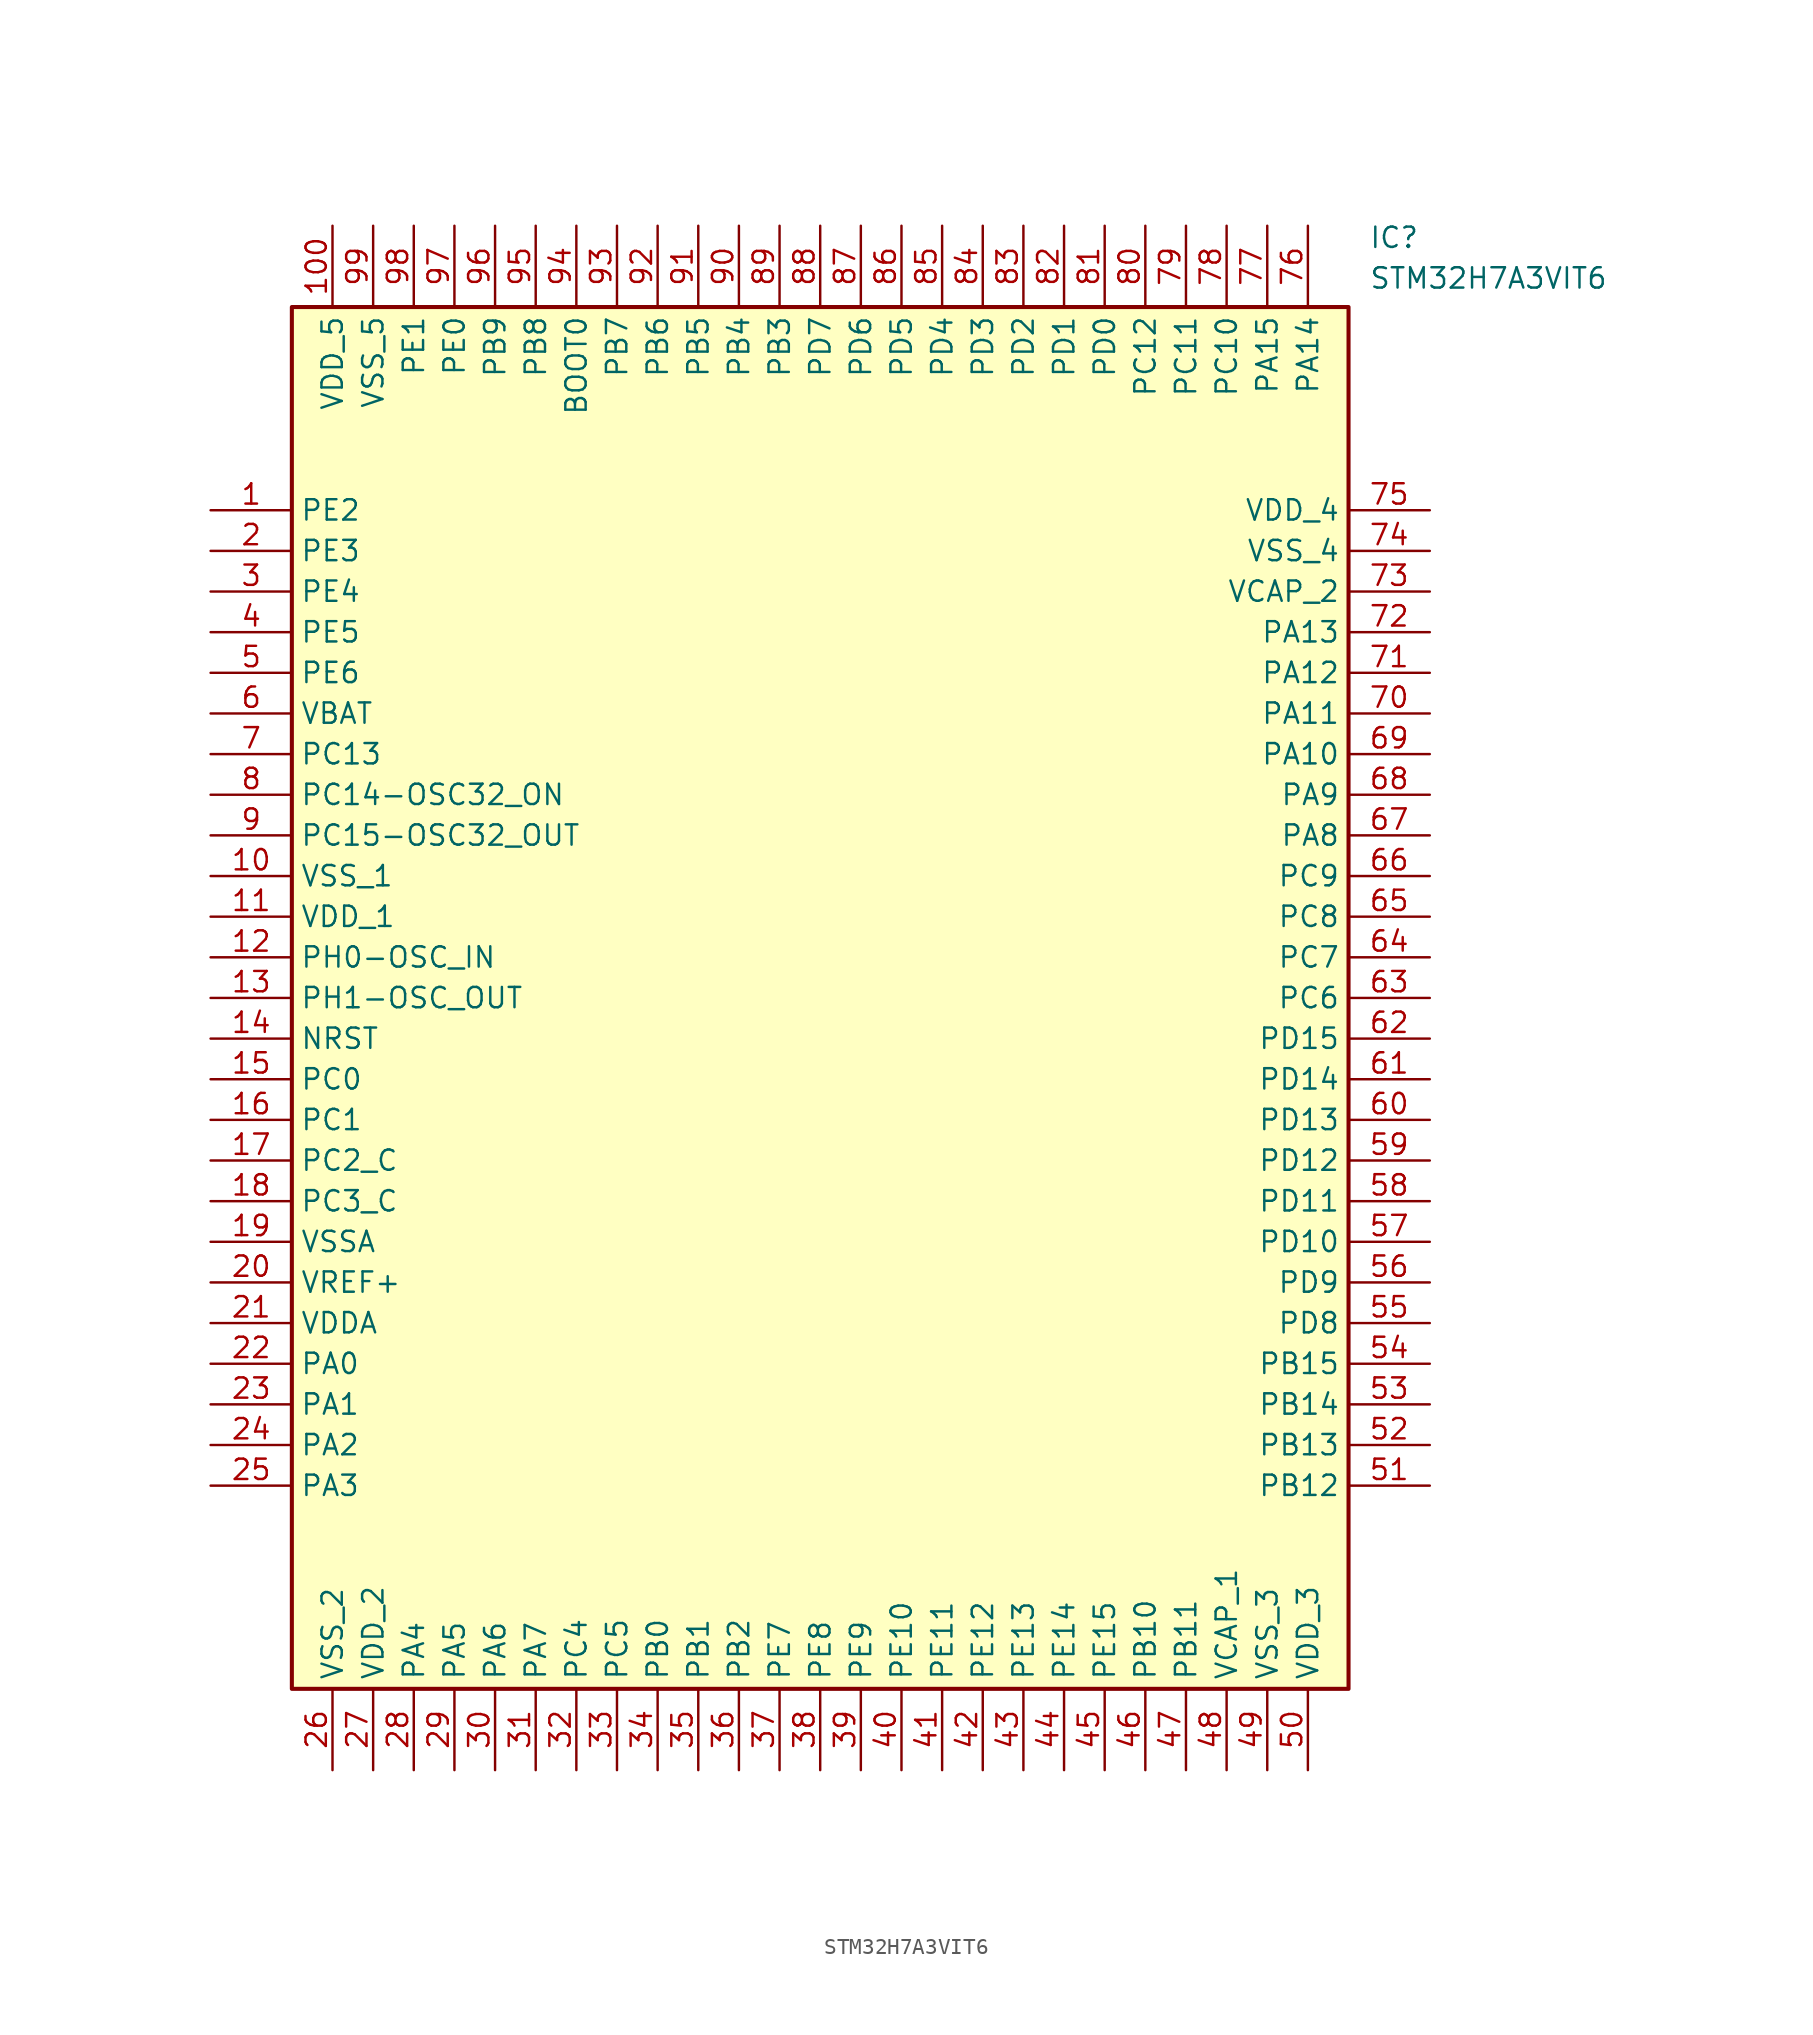
<source format=kicad_sym>
(kicad_symbol_lib
  (version 20231120)
  (generator "kicad_symbol_editor")
  (generator_version "8.0")
  (symbol "STM32H7A3VIT6"
    (property "Reference" "IC"
      (at 72.39 17.78 0)
      (effects (font (size 1.27 1.27)) (justify left top)))
    (property "Value" "STM32H7A3VIT6"
      (at 72.39 15.24 0)
      (effects (font (size 1.27 1.27)) (justify left top)))
    (symbol "STM32H7A3VIT6_1_1"
      (rectangle (start 5.08 12.7) (end 71.12 -73.66) (stroke (width 0.254) (type default)) (fill (type background)))
      (pin passive line (at 0 0 0) (length 5.08) (name "PE2" (effects (font (size 1.27 1.27)))) (number "1" (effects (font (size 1.27 1.27)))))
      (pin passive line (at 0 -22.86 0) (length 5.08) (name "VSS_1" (effects (font (size 1.27 1.27)))) (number "10" (effects (font (size 1.27 1.27)))))
      (pin passive line (at 7.62 17.78 270) (length 5.08) (name "VDD_5" (effects (font (size 1.27 1.27)))) (number "100" (effects (font (size 1.27 1.27)))))
      (pin passive line (at 0 -25.4 0) (length 5.08) (name "VDD_1" (effects (font (size 1.27 1.27)))) (number "11" (effects (font (size 1.27 1.27)))))
      (pin passive line (at 0 -27.94 0) (length 5.08) (name "PH0-OSC_IN" (effects (font (size 1.27 1.27)))) (number "12" (effects (font (size 1.27 1.27)))))
      (pin passive line (at 0 -30.48 0) (length 5.08) (name "PH1-OSC_OUT" (effects (font (size 1.27 1.27)))) (number "13" (effects (font (size 1.27 1.27)))))
      (pin passive line (at 0 -33.02 0) (length 5.08) (name "NRST" (effects (font (size 1.27 1.27)))) (number "14" (effects (font (size 1.27 1.27)))))
      (pin passive line (at 0 -35.56 0) (length 5.08) (name "PC0" (effects (font (size 1.27 1.27)))) (number "15" (effects (font (size 1.27 1.27)))))
      (pin passive line (at 0 -38.1 0) (length 5.08) (name "PC1" (effects (font (size 1.27 1.27)))) (number "16" (effects (font (size 1.27 1.27)))))
      (pin passive line (at 0 -40.64 0) (length 5.08) (name "PC2_C" (effects (font (size 1.27 1.27)))) (number "17" (effects (font (size 1.27 1.27)))))
      (pin passive line (at 0 -43.18 0) (length 5.08) (name "PC3_C" (effects (font (size 1.27 1.27)))) (number "18" (effects (font (size 1.27 1.27)))))
      (pin passive line (at 0 -45.72 0) (length 5.08) (name "VSSA" (effects (font (size 1.27 1.27)))) (number "19" (effects (font (size 1.27 1.27)))))
      (pin passive line (at 0 -2.54 0) (length 5.08) (name "PE3" (effects (font (size 1.27 1.27)))) (number "2" (effects (font (size 1.27 1.27)))))
      (pin passive line (at 0 -48.26 0) (length 5.08) (name "VREF+" (effects (font (size 1.27 1.27)))) (number "20" (effects (font (size 1.27 1.27)))))
      (pin passive line (at 0 -50.8 0) (length 5.08) (name "VDDA" (effects (font (size 1.27 1.27)))) (number "21" (effects (font (size 1.27 1.27)))))
      (pin passive line (at 0 -53.34 0) (length 5.08) (name "PA0" (effects (font (size 1.27 1.27)))) (number "22" (effects (font (size 1.27 1.27)))))
      (pin passive line (at 0 -55.88 0) (length 5.08) (name "PA1" (effects (font (size 1.27 1.27)))) (number "23" (effects (font (size 1.27 1.27)))))
      (pin passive line (at 0 -58.42 0) (length 5.08) (name "PA2" (effects (font (size 1.27 1.27)))) (number "24" (effects (font (size 1.27 1.27)))))
      (pin passive line (at 0 -60.96 0) (length 5.08) (name "PA3" (effects (font (size 1.27 1.27)))) (number "25" (effects (font (size 1.27 1.27)))))
      (pin passive line (at 7.62 -78.74 90) (length 5.08) (name "VSS_2" (effects (font (size 1.27 1.27)))) (number "26" (effects (font (size 1.27 1.27)))))
      (pin passive line (at 10.16 -78.74 90) (length 5.08) (name "VDD_2" (effects (font (size 1.27 1.27)))) (number "27" (effects (font (size 1.27 1.27)))))
      (pin passive line (at 12.7 -78.74 90) (length 5.08) (name "PA4" (effects (font (size 1.27 1.27)))) (number "28" (effects (font (size 1.27 1.27)))))
      (pin passive line (at 15.24 -78.74 90) (length 5.08) (name "PA5" (effects (font (size 1.27 1.27)))) (number "29" (effects (font (size 1.27 1.27)))))
      (pin passive line (at 0 -5.08 0) (length 5.08) (name "PE4" (effects (font (size 1.27 1.27)))) (number "3" (effects (font (size 1.27 1.27)))))
      (pin passive line (at 17.78 -78.74 90) (length 5.08) (name "PA6" (effects (font (size 1.27 1.27)))) (number "30" (effects (font (size 1.27 1.27)))))
      (pin passive line (at 20.32 -78.74 90) (length 5.08) (name "PA7" (effects (font (size 1.27 1.27)))) (number "31" (effects (font (size 1.27 1.27)))))
      (pin passive line (at 22.86 -78.74 90) (length 5.08) (name "PC4" (effects (font (size 1.27 1.27)))) (number "32" (effects (font (size 1.27 1.27)))))
      (pin passive line (at 25.4 -78.74 90) (length 5.08) (name "PC5" (effects (font (size 1.27 1.27)))) (number "33" (effects (font (size 1.27 1.27)))))
      (pin passive line (at 27.94 -78.74 90) (length 5.08) (name "PB0" (effects (font (size 1.27 1.27)))) (number "34" (effects (font (size 1.27 1.27)))))
      (pin passive line (at 30.48 -78.74 90) (length 5.08) (name "PB1" (effects (font (size 1.27 1.27)))) (number "35" (effects (font (size 1.27 1.27)))))
      (pin passive line (at 33.02 -78.74 90) (length 5.08) (name "PB2" (effects (font (size 1.27 1.27)))) (number "36" (effects (font (size 1.27 1.27)))))
      (pin passive line (at 35.56 -78.74 90) (length 5.08) (name "PE7" (effects (font (size 1.27 1.27)))) (number "37" (effects (font (size 1.27 1.27)))))
      (pin passive line (at 38.1 -78.74 90) (length 5.08) (name "PE8" (effects (font (size 1.27 1.27)))) (number "38" (effects (font (size 1.27 1.27)))))
      (pin passive line (at 40.64 -78.74 90) (length 5.08) (name "PE9" (effects (font (size 1.27 1.27)))) (number "39" (effects (font (size 1.27 1.27)))))
      (pin passive line (at 0 -7.62 0) (length 5.08) (name "PE5" (effects (font (size 1.27 1.27)))) (number "4" (effects (font (size 1.27 1.27)))))
      (pin passive line (at 43.18 -78.74 90) (length 5.08) (name "PE10" (effects (font (size 1.27 1.27)))) (number "40" (effects (font (size 1.27 1.27)))))
      (pin passive line (at 45.72 -78.74 90) (length 5.08) (name "PE11" (effects (font (size 1.27 1.27)))) (number "41" (effects (font (size 1.27 1.27)))))
      (pin passive line (at 48.26 -78.74 90) (length 5.08) (name "PE12" (effects (font (size 1.27 1.27)))) (number "42" (effects (font (size 1.27 1.27)))))
      (pin passive line (at 50.8 -78.74 90) (length 5.08) (name "PE13" (effects (font (size 1.27 1.27)))) (number "43" (effects (font (size 1.27 1.27)))))
      (pin passive line (at 53.34 -78.74 90) (length 5.08) (name "PE14" (effects (font (size 1.27 1.27)))) (number "44" (effects (font (size 1.27 1.27)))))
      (pin passive line (at 55.88 -78.74 90) (length 5.08) (name "PE15" (effects (font (size 1.27 1.27)))) (number "45" (effects (font (size 1.27 1.27)))))
      (pin passive line (at 58.42 -78.74 90) (length 5.08) (name "PB10" (effects (font (size 1.27 1.27)))) (number "46" (effects (font (size 1.27 1.27)))))
      (pin passive line (at 60.96 -78.74 90) (length 5.08) (name "PB11" (effects (font (size 1.27 1.27)))) (number "47" (effects (font (size 1.27 1.27)))))
      (pin passive line (at 63.5 -78.74 90) (length 5.08) (name "VCAP_1" (effects (font (size 1.27 1.27)))) (number "48" (effects (font (size 1.27 1.27)))))
      (pin passive line (at 66.04 -78.74 90) (length 5.08) (name "VSS_3" (effects (font (size 1.27 1.27)))) (number "49" (effects (font (size 1.27 1.27)))))
      (pin passive line (at 0 -10.16 0) (length 5.08) (name "PE6" (effects (font (size 1.27 1.27)))) (number "5" (effects (font (size 1.27 1.27)))))
      (pin passive line (at 68.58 -78.74 90) (length 5.08) (name "VDD_3" (effects (font (size 1.27 1.27)))) (number "50" (effects (font (size 1.27 1.27)))))
      (pin passive line (at 76.2 -60.96 180) (length 5.08) (name "PB12" (effects (font (size 1.27 1.27)))) (number "51" (effects (font (size 1.27 1.27)))))
      (pin passive line (at 76.2 -58.42 180) (length 5.08) (name "PB13" (effects (font (size 1.27 1.27)))) (number "52" (effects (font (size 1.27 1.27)))))
      (pin passive line (at 76.2 -55.88 180) (length 5.08) (name "PB14" (effects (font (size 1.27 1.27)))) (number "53" (effects (font (size 1.27 1.27)))))
      (pin passive line (at 76.2 -53.34 180) (length 5.08) (name "PB15" (effects (font (size 1.27 1.27)))) (number "54" (effects (font (size 1.27 1.27)))))
      (pin passive line (at 76.2 -50.8 180) (length 5.08) (name "PD8" (effects (font (size 1.27 1.27)))) (number "55" (effects (font (size 1.27 1.27)))))
      (pin passive line (at 76.2 -48.26 180) (length 5.08) (name "PD9" (effects (font (size 1.27 1.27)))) (number "56" (effects (font (size 1.27 1.27)))))
      (pin passive line (at 76.2 -45.72 180) (length 5.08) (name "PD10" (effects (font (size 1.27 1.27)))) (number "57" (effects (font (size 1.27 1.27)))))
      (pin passive line (at 76.2 -43.18 180) (length 5.08) (name "PD11" (effects (font (size 1.27 1.27)))) (number "58" (effects (font (size 1.27 1.27)))))
      (pin passive line (at 76.2 -40.64 180) (length 5.08) (name "PD12" (effects (font (size 1.27 1.27)))) (number "59" (effects (font (size 1.27 1.27)))))
      (pin passive line (at 0 -12.7 0) (length 5.08) (name "VBAT" (effects (font (size 1.27 1.27)))) (number "6" (effects (font (size 1.27 1.27)))))
      (pin passive line (at 76.2 -38.1 180) (length 5.08) (name "PD13" (effects (font (size 1.27 1.27)))) (number "60" (effects (font (size 1.27 1.27)))))
      (pin passive line (at 76.2 -35.56 180) (length 5.08) (name "PD14" (effects (font (size 1.27 1.27)))) (number "61" (effects (font (size 1.27 1.27)))))
      (pin passive line (at 76.2 -33.02 180) (length 5.08) (name "PD15" (effects (font (size 1.27 1.27)))) (number "62" (effects (font (size 1.27 1.27)))))
      (pin passive line (at 76.2 -30.48 180) (length 5.08) (name "PC6" (effects (font (size 1.27 1.27)))) (number "63" (effects (font (size 1.27 1.27)))))
      (pin passive line (at 76.2 -27.94 180) (length 5.08) (name "PC7" (effects (font (size 1.27 1.27)))) (number "64" (effects (font (size 1.27 1.27)))))
      (pin passive line (at 76.2 -25.4 180) (length 5.08) (name "PC8" (effects (font (size 1.27 1.27)))) (number "65" (effects (font (size 1.27 1.27)))))
      (pin passive line (at 76.2 -22.86 180) (length 5.08) (name "PC9" (effects (font (size 1.27 1.27)))) (number "66" (effects (font (size 1.27 1.27)))))
      (pin passive line (at 76.2 -20.32 180) (length 5.08) (name "PA8" (effects (font (size 1.27 1.27)))) (number "67" (effects (font (size 1.27 1.27)))))
      (pin passive line (at 76.2 -17.78 180) (length 5.08) (name "PA9" (effects (font (size 1.27 1.27)))) (number "68" (effects (font (size 1.27 1.27)))))
      (pin passive line (at 76.2 -15.24 180) (length 5.08) (name "PA10" (effects (font (size 1.27 1.27)))) (number "69" (effects (font (size 1.27 1.27)))))
      (pin passive line (at 0 -15.24 0) (length 5.08) (name "PC13" (effects (font (size 1.27 1.27)))) (number "7" (effects (font (size 1.27 1.27)))))
      (pin passive line (at 76.2 -12.7 180) (length 5.08) (name "PA11" (effects (font (size 1.27 1.27)))) (number "70" (effects (font (size 1.27 1.27)))))
      (pin passive line (at 76.2 -10.16 180) (length 5.08) (name "PA12" (effects (font (size 1.27 1.27)))) (number "71" (effects (font (size 1.27 1.27)))))
      (pin passive line (at 76.2 -7.62 180) (length 5.08) (name "PA13" (effects (font (size 1.27 1.27)))) (number "72" (effects (font (size 1.27 1.27)))))
      (pin passive line (at 76.2 -5.08 180) (length 5.08) (name "VCAP_2" (effects (font (size 1.27 1.27)))) (number "73" (effects (font (size 1.27 1.27)))))
      (pin passive line (at 76.2 -2.54 180) (length 5.08) (name "VSS_4" (effects (font (size 1.27 1.27)))) (number "74" (effects (font (size 1.27 1.27)))))
      (pin passive line (at 76.2 0 180) (length 5.08) (name "VDD_4" (effects (font (size 1.27 1.27)))) (number "75" (effects (font (size 1.27 1.27)))))
      (pin passive line (at 68.58 17.78 270) (length 5.08) (name "PA14" (effects (font (size 1.27 1.27)))) (number "76" (effects (font (size 1.27 1.27)))))
      (pin passive line (at 66.04 17.78 270) (length 5.08) (name "PA15" (effects (font (size 1.27 1.27)))) (number "77" (effects (font (size 1.27 1.27)))))
      (pin passive line (at 63.5 17.78 270) (length 5.08) (name "PC10" (effects (font (size 1.27 1.27)))) (number "78" (effects (font (size 1.27 1.27)))))
      (pin passive line (at 60.96 17.78 270) (length 5.08) (name "PC11" (effects (font (size 1.27 1.27)))) (number "79" (effects (font (size 1.27 1.27)))))
      (pin passive line (at 0 -17.78 0) (length 5.08) (name "PC14-OSC32_ON" (effects (font (size 1.27 1.27)))) (number "8" (effects (font (size 1.27 1.27)))))
      (pin passive line (at 58.42 17.78 270) (length 5.08) (name "PC12" (effects (font (size 1.27 1.27)))) (number "80" (effects (font (size 1.27 1.27)))))
      (pin passive line (at 55.88 17.78 270) (length 5.08) (name "PD0" (effects (font (size 1.27 1.27)))) (number "81" (effects (font (size 1.27 1.27)))))
      (pin passive line (at 53.34 17.78 270) (length 5.08) (name "PD1" (effects (font (size 1.27 1.27)))) (number "82" (effects (font (size 1.27 1.27)))))
      (pin passive line (at 50.8 17.78 270) (length 5.08) (name "PD2" (effects (font (size 1.27 1.27)))) (number "83" (effects (font (size 1.27 1.27)))))
      (pin passive line (at 48.26 17.78 270) (length 5.08) (name "PD3" (effects (font (size 1.27 1.27)))) (number "84" (effects (font (size 1.27 1.27)))))
      (pin passive line (at 45.72 17.78 270) (length 5.08) (name "PD4" (effects (font (size 1.27 1.27)))) (number "85" (effects (font (size 1.27 1.27)))))
      (pin passive line (at 43.18 17.78 270) (length 5.08) (name "PD5" (effects (font (size 1.27 1.27)))) (number "86" (effects (font (size 1.27 1.27)))))
      (pin passive line (at 40.64 17.78 270) (length 5.08) (name "PD6" (effects (font (size 1.27 1.27)))) (number "87" (effects (font (size 1.27 1.27)))))
      (pin passive line (at 38.1 17.78 270) (length 5.08) (name "PD7" (effects (font (size 1.27 1.27)))) (number "88" (effects (font (size 1.27 1.27)))))
      (pin passive line (at 35.56 17.78 270) (length 5.08) (name "PB3" (effects (font (size 1.27 1.27)))) (number "89" (effects (font (size 1.27 1.27)))))
      (pin passive line (at 0 -20.32 0) (length 5.08) (name "PC15-OSC32_OUT" (effects (font (size 1.27 1.27)))) (number "9" (effects (font (size 1.27 1.27)))))
      (pin passive line (at 33.02 17.78 270) (length 5.08) (name "PB4" (effects (font (size 1.27 1.27)))) (number "90" (effects (font (size 1.27 1.27)))))
      (pin passive line (at 30.48 17.78 270) (length 5.08) (name "PB5" (effects (font (size 1.27 1.27)))) (number "91" (effects (font (size 1.27 1.27)))))
      (pin passive line (at 27.94 17.78 270) (length 5.08) (name "PB6" (effects (font (size 1.27 1.27)))) (number "92" (effects (font (size 1.27 1.27)))))
      (pin passive line (at 25.4 17.78 270) (length 5.08) (name "PB7" (effects (font (size 1.27 1.27)))) (number "93" (effects (font (size 1.27 1.27)))))
      (pin passive line (at 22.86 17.78 270) (length 5.08) (name "BOOT0" (effects (font (size 1.27 1.27)))) (number "94" (effects (font (size 1.27 1.27)))))
      (pin passive line (at 20.32 17.78 270) (length 5.08) (name "PB8" (effects (font (size 1.27 1.27)))) (number "95" (effects (font (size 1.27 1.27)))))
      (pin passive line (at 17.78 17.78 270) (length 5.08) (name "PB9" (effects (font (size 1.27 1.27)))) (number "96" (effects (font (size 1.27 1.27)))))
      (pin passive line (at 15.24 17.78 270) (length 5.08) (name "PE0" (effects (font (size 1.27 1.27)))) (number "97" (effects (font (size 1.27 1.27)))))
      (pin passive line (at 12.7 17.78 270) (length 5.08) (name "PE1" (effects (font (size 1.27 1.27)))) (number "98" (effects (font (size 1.27 1.27)))))
      (pin passive line (at 10.16 17.78 270) (length 5.08) (name "VSS_5" (effects (font (size 1.27 1.27)))) (number "99" (effects (font (size 1.27 1.27))))))))
</source>
